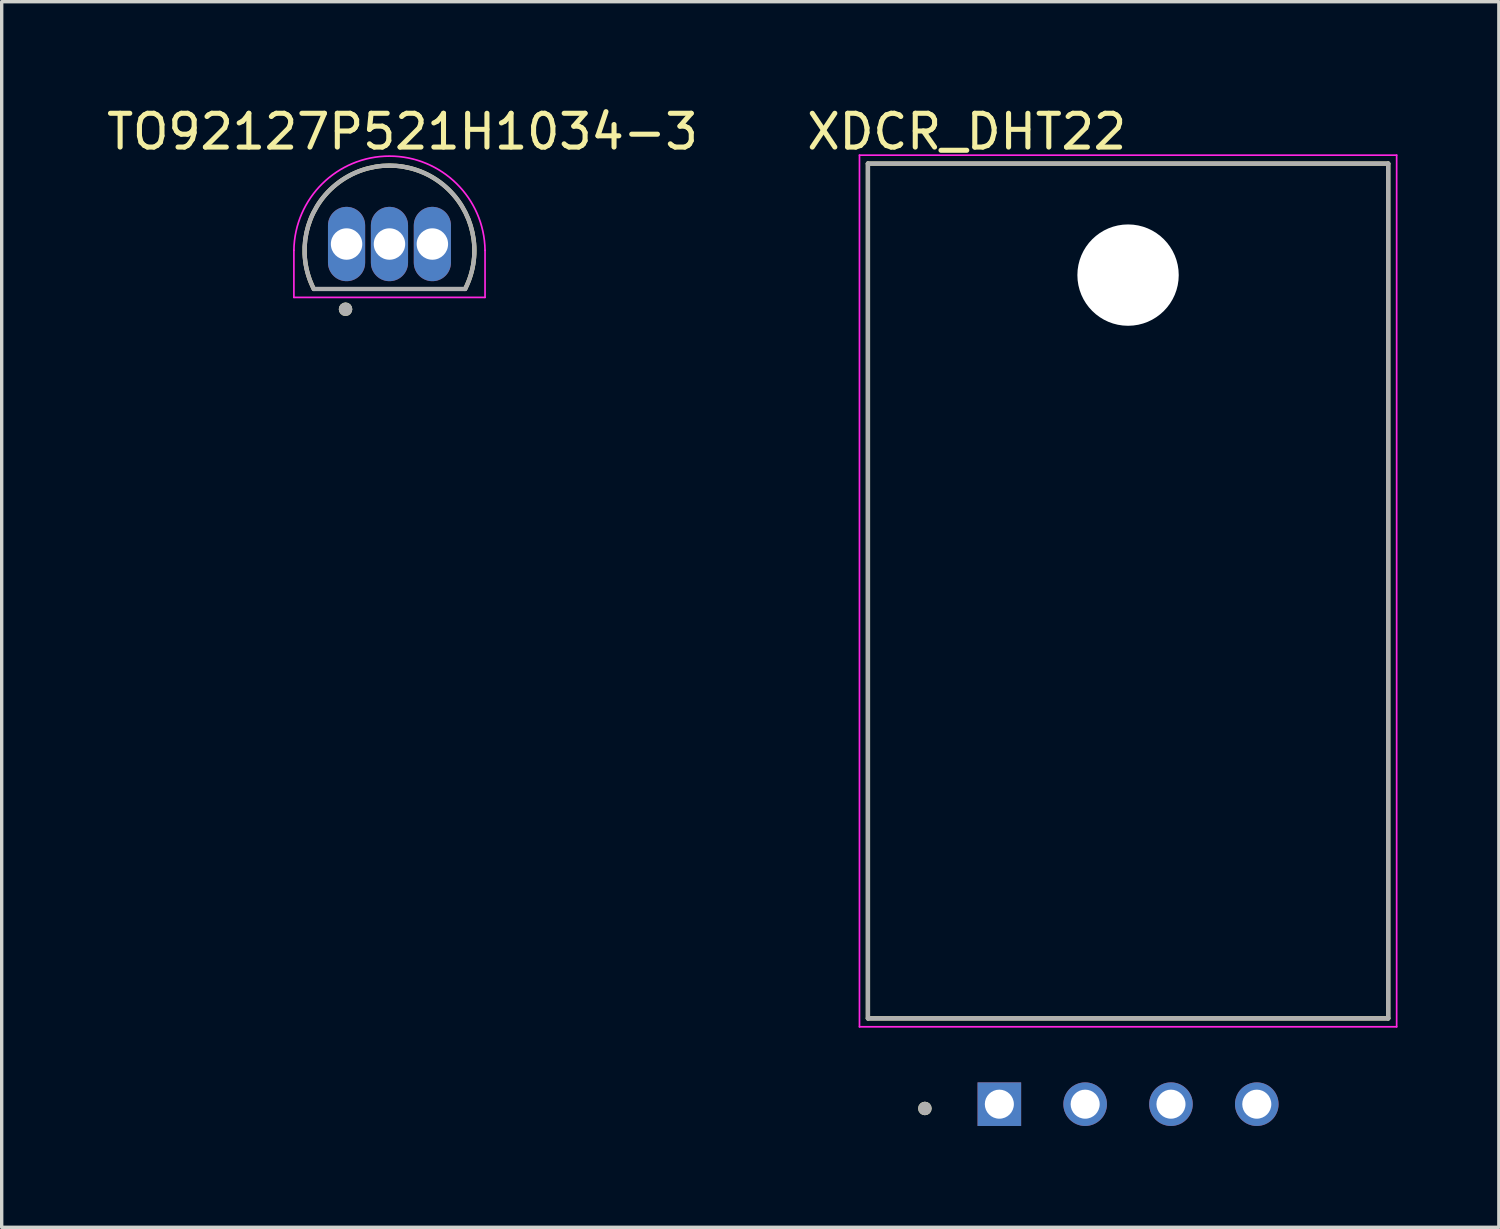
<source format=kicad_pcb>
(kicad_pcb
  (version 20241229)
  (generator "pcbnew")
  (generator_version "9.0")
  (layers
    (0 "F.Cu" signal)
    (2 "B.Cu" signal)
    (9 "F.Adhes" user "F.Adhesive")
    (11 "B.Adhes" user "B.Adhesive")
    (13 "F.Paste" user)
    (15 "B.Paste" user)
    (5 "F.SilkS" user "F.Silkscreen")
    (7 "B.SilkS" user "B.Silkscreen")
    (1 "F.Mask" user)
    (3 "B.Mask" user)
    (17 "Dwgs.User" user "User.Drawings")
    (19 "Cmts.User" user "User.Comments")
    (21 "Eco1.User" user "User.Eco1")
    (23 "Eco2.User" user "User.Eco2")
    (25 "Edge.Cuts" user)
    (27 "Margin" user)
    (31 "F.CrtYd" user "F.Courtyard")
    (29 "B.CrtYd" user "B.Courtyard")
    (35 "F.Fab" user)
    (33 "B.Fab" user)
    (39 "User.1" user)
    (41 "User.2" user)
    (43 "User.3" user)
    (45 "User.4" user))
  (footprint "TO92127P521H1034-3"
    (layer "F.Cu")
    (at 8.478 4.173)
    (property "Reference" "TO92127P521H1034-3" (at 0.385 -3.325 0) (layer "F.SilkS") (effects (font (size 1 1) (thickness 0.15))))
    (attr through_hole)
    (fp_arc (start -2.24 1.33) (mid 0 -2.32177) (end 2.24 1.33) (stroke (width 0.127) (type solid)) (layer "F.SilkS"))
    (fp_circle (center -1.3 1.93) (end -1.2 1.93) (stroke (width 0.2) (type solid)) (fill no) (layer "F.SilkS"))
    (fp_line (start -2.829 1.58) (end -2.829 0.186) (stroke (width 0.05) (type solid)) (layer "F.CrtYd"))
    (fp_line (start -2.829 1.58) (end 2.829 1.58) (stroke (width 0.05) (type solid)) (layer "F.CrtYd"))
    (fp_line (start 2.829 1.58) (end 2.829 0.186) (stroke (width 0.05) (type solid)) (layer "F.CrtYd"))
    (fp_arc (start -2.829 0.186001) (mid 0 -2.599637) (end 2.829 0.186) (stroke (width 0.05) (type solid)) (layer "F.CrtYd"))
    (fp_line (start -2.24 1.33) (end 2.24 1.33) (stroke (width 0.127) (type solid)) (layer "F.Fab"))
    (fp_arc (start -2.24 1.33) (mid 0 -2.32177) (end 2.24 1.33) (stroke (width 0.127) (type solid)) (layer "F.Fab"))
    (fp_circle (center -1.3 1.93) (end -1.2 1.93) (stroke (width 0.2) (type solid)) (fill no) (layer "F.Fab"))
    (pad "1" thru_hole oval (at -1.27 0) (size 1.1 2.2) (drill 0.93) (layers "*.Cu" "*.Mask"))
    (pad "2" thru_hole oval (at 0 0) (size 1.1 2.2) (drill 0.93) (layers "*.Cu" "*.Mask"))
    (pad "3" thru_hole oval (at 1.27 0) (size 1.1 2.2) (drill 0.93) (layers "*.Cu" "*.Mask")))
  (footprint "XDCR_DHT22"
    (layer "F.Cu")
    (at 30.34 14.443)
    (property "Reference" "XDCR_DHT22" (at -4.775 -13.595 0) (layer "F.SilkS") (effects (font (size 1 1) (thickness 0.15))))
    (attr through_hole)
    (fp_line (start -7.7 -12.65) (end -7.7 12.65) (stroke (width 0.127) (type solid)) (layer "F.SilkS"))
    (fp_line (start -7.7 12.65) (end 7.7 12.65) (stroke (width 0.127) (type solid)) (layer "F.SilkS"))
    (fp_line (start 7.7 -12.65) (end -7.7 -12.65) (stroke (width 0.127) (type solid)) (layer "F.SilkS"))
    (fp_line (start 7.7 12.65) (end 7.7 -12.65) (stroke (width 0.127) (type solid)) (layer "F.SilkS"))
    (fp_circle (center -6.014 15.317) (end -5.914 15.317) (stroke (width 0.2) (type solid)) (fill no) (layer "F.SilkS"))
    (fp_line (start -7.95 -12.9) (end 7.95 -12.9) (stroke (width 0.05) (type solid)) (layer "F.CrtYd"))
    (fp_line (start -7.95 12.9) (end -7.95 -12.9) (stroke (width 0.05) (type solid)) (layer "F.CrtYd"))
    (fp_line (start 7.95 -12.9) (end 7.95 12.9) (stroke (width 0.05) (type solid)) (layer "F.CrtYd"))
    (fp_line (start 7.95 12.9) (end -7.95 12.9) (stroke (width 0.05) (type solid)) (layer "F.CrtYd"))
    (fp_line (start -7.7 -12.65) (end -7.7 12.65) (stroke (width 0.127) (type solid)) (layer "F.Fab"))
    (fp_line (start -7.7 12.65) (end 7.7 12.65) (stroke (width 0.127) (type solid)) (layer "F.Fab"))
    (fp_line (start 7.7 -12.65) (end -7.7 -12.65) (stroke (width 0.127) (type solid)) (layer "F.Fab"))
    (fp_line (start 7.7 12.65) (end 7.7 -12.65) (stroke (width 0.127) (type solid)) (layer "F.Fab"))
    (fp_circle (center -6.014 15.317) (end -5.914 15.317) (stroke (width 0.2) (type solid)) (fill no) (layer "F.Fab"))
    (pad "" np_thru_hole circle (at 0 -9.35) (size 3 3) (drill 3) (layers "*.Cu" "*.Mask"))
    (pad "1" thru_hole rect (at -3.81 15.19) (size 1.29 1.29) (drill 0.86) (layers "*.Cu" "*.Mask"))
    (pad "2" thru_hole circle (at -1.27 15.19) (size 1.29 1.29) (drill 0.86) (layers "*.Cu" "*.Mask"))
    (pad "3" thru_hole circle (at 1.27 15.19) (size 1.29 1.29) (drill 0.86) (layers "*.Cu" "*.Mask"))
    (pad "4" thru_hole circle (at 3.81 15.19) (size 1.29 1.29) (drill 0.86) (layers "*.Cu" "*.Mask")))
  (gr_rect
    (start -3 -3)
    (end 41.315 33.278)
    (stroke (width 0.1) (type default))
    (fill no)
    (layer "Edge.Cuts")))
</source>
